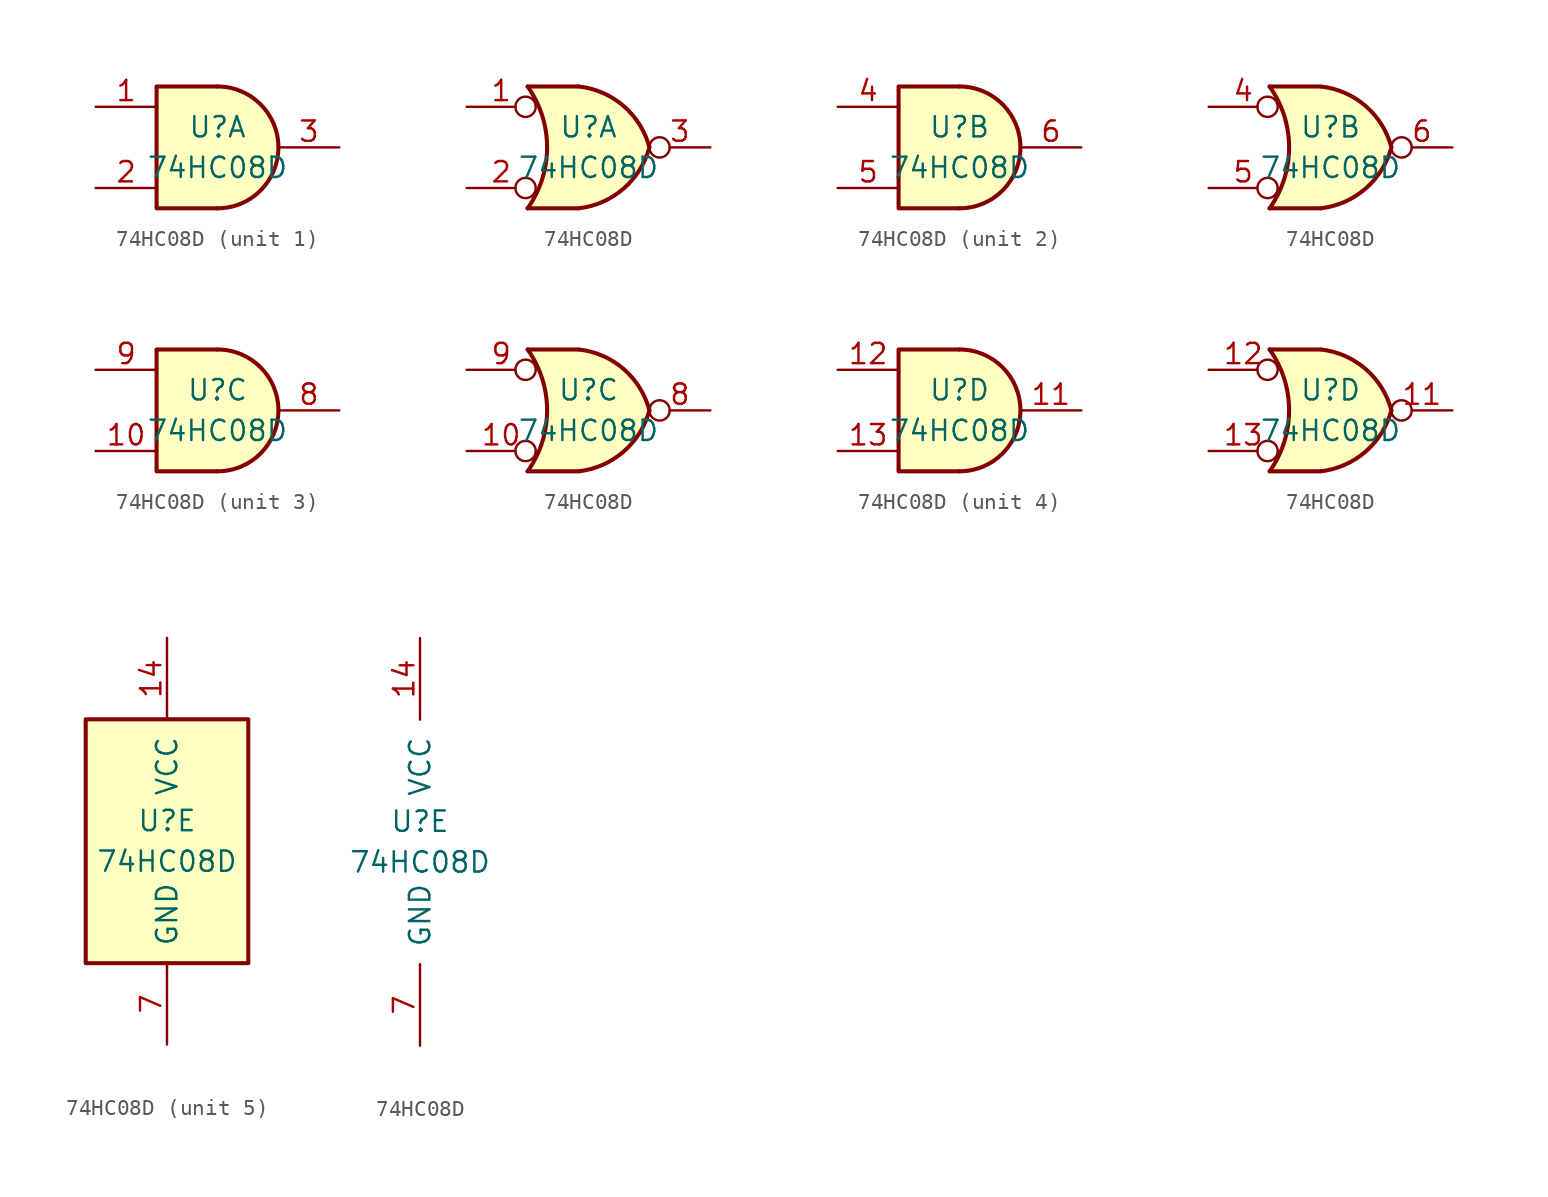
<source format=kicad_sym>
(kicad_symbol_lib
  (version 20220914)
  (generator kicad_db_lib)
  (symbol "74HC08D"
    (pin_names
      (offset 1.016))
    (property "Reference" "U"
      (at 0 1.27 0)
      (effects (font (size 1.27 1.27))))
    (property "Value" "74HC08D"
      (at 0 -1.27 0)
      (effects (font (size 1.27 1.27))))
    (property "ki_locked" ""
      (at 0 0 0)
      (effects (font (size 1.27 1.27))))
    (symbol "74HC08D_1_1"
      (arc (start 0 -3.81) (mid 3.7934 0) (end 0 3.81) (stroke (width 0.254) (type default)) (fill (type background)))
      (polyline (pts (xy 0 3.81) (xy -3.81 3.81) (xy -3.81 -3.81) (xy 0 -3.81)) (stroke (width 0.254) (type default)) (fill (type background)))
      (pin input line (at -7.62 2.54 0) (length 3.81) (name "~" (effects (font (size 1.27 1.27)))) (number "1" (effects (font (size 1.27 1.27)))))
      (pin input line (at -7.62 -2.54 0) (length 3.81) (name "~" (effects (font (size 1.27 1.27)))) (number "2" (effects (font (size 1.27 1.27)))))
      (pin output line (at 7.62 0 180) (length 3.81) (name "~" (effects (font (size 1.27 1.27)))) (number "3" (effects (font (size 1.27 1.27))))))
    (symbol "74HC08D_1_2"
      (arc (start -3.81 -3.81) (mid -2.589 0) (end -3.81 3.81) (stroke (width 0.254) (type default)) (fill (type none)))
      (arc (start -0.6096 -3.81) (mid 2.1842 -2.5851) (end 3.81 0) (stroke (width 0.254) (type default)) (fill (type background)))
      (polyline (pts (xy -3.81 -3.81) (xy -0.635 -3.81)) (stroke (width 0.254) (type default)) (fill (type background)))
      (polyline (pts (xy -3.81 3.81) (xy -0.635 3.81)) (stroke (width 0.254) (type default)) (fill (type background)))
      (polyline (pts (xy -0.635 3.81) (xy -3.81 3.81) (xy -3.81 3.81) (xy -3.556 3.404) (xy -3.023 2.261) (xy -2.692 1.041) (xy -2.616 -0.254) (xy -2.769 -1.499) (xy -3.175 -2.718) (xy -3.81 -3.81) (xy -3.81 -3.81) (xy -0.635 -3.81)) (stroke (width -25.4) (type default)) (fill (type background)))
      (arc (start 3.81 0) (mid 2.1915 2.5936) (end -0.6096 3.81) (stroke (width 0.254) (type default)) (fill (type background)))
      (pin input inverted (at -7.62 2.54 0) (length 4.318) (name "~" (effects (font (size 1.27 1.27)))) (number "1" (effects (font (size 1.27 1.27)))))
      (pin input inverted (at -7.62 -2.54 0) (length 4.318) (name "~" (effects (font (size 1.27 1.27)))) (number "2" (effects (font (size 1.27 1.27)))))
      (pin output inverted (at 7.62 0 180) (length 3.81) (name "~" (effects (font (size 1.27 1.27)))) (number "3" (effects (font (size 1.27 1.27))))))
    (symbol "74HC08D_2_1"
      (arc (start 0 -3.81) (mid 3.7934 0) (end 0 3.81) (stroke (width 0.254) (type default)) (fill (type background)))
      (polyline (pts (xy 0 3.81) (xy -3.81 3.81) (xy -3.81 -3.81) (xy 0 -3.81)) (stroke (width 0.254) (type default)) (fill (type background)))
      (pin input line (at -7.62 2.54 0) (length 3.81) (name "~" (effects (font (size 1.27 1.27)))) (number "4" (effects (font (size 1.27 1.27)))))
      (pin input line (at -7.62 -2.54 0) (length 3.81) (name "~" (effects (font (size 1.27 1.27)))) (number "5" (effects (font (size 1.27 1.27)))))
      (pin output line (at 7.62 0 180) (length 3.81) (name "~" (effects (font (size 1.27 1.27)))) (number "6" (effects (font (size 1.27 1.27))))))
    (symbol "74HC08D_2_2"
      (arc (start -3.81 -3.81) (mid -2.589 0) (end -3.81 3.81) (stroke (width 0.254) (type default)) (fill (type none)))
      (arc (start -0.6096 -3.81) (mid 2.1842 -2.5851) (end 3.81 0) (stroke (width 0.254) (type default)) (fill (type background)))
      (polyline (pts (xy -3.81 -3.81) (xy -0.635 -3.81)) (stroke (width 0.254) (type default)) (fill (type background)))
      (polyline (pts (xy -3.81 3.81) (xy -0.635 3.81)) (stroke (width 0.254) (type default)) (fill (type background)))
      (polyline (pts (xy -0.635 3.81) (xy -3.81 3.81) (xy -3.81 3.81) (xy -3.556 3.404) (xy -3.023 2.261) (xy -2.692 1.041) (xy -2.616 -0.254) (xy -2.769 -1.499) (xy -3.175 -2.718) (xy -3.81 -3.81) (xy -3.81 -3.81) (xy -0.635 -3.81)) (stroke (width -25.4) (type default)) (fill (type background)))
      (arc (start 3.81 0) (mid 2.1915 2.5936) (end -0.6096 3.81) (stroke (width 0.254) (type default)) (fill (type background)))
      (pin input inverted (at -7.62 2.54 0) (length 4.318) (name "~" (effects (font (size 1.27 1.27)))) (number "4" (effects (font (size 1.27 1.27)))))
      (pin input inverted (at -7.62 -2.54 0) (length 4.318) (name "~" (effects (font (size 1.27 1.27)))) (number "5" (effects (font (size 1.27 1.27)))))
      (pin output inverted (at 7.62 0 180) (length 3.81) (name "~" (effects (font (size 1.27 1.27)))) (number "6" (effects (font (size 1.27 1.27))))))
    (symbol "74HC08D_3_1"
      (arc (start 0 -3.81) (mid 3.7934 0) (end 0 3.81) (stroke (width 0.254) (type default)) (fill (type background)))
      (polyline (pts (xy 0 3.81) (xy -3.81 3.81) (xy -3.81 -3.81) (xy 0 -3.81)) (stroke (width 0.254) (type default)) (fill (type background)))
      (pin input line (at -7.62 -2.54 0) (length 3.81) (name "~" (effects (font (size 1.27 1.27)))) (number "10" (effects (font (size 1.27 1.27)))))
      (pin output line (at 7.62 0 180) (length 3.81) (name "~" (effects (font (size 1.27 1.27)))) (number "8" (effects (font (size 1.27 1.27)))))
      (pin input line (at -7.62 2.54 0) (length 3.81) (name "~" (effects (font (size 1.27 1.27)))) (number "9" (effects (font (size 1.27 1.27))))))
    (symbol "74HC08D_3_2"
      (arc (start -3.81 -3.81) (mid -2.589 0) (end -3.81 3.81) (stroke (width 0.254) (type default)) (fill (type none)))
      (arc (start -0.6096 -3.81) (mid 2.1842 -2.5851) (end 3.81 0) (stroke (width 0.254) (type default)) (fill (type background)))
      (polyline (pts (xy -3.81 -3.81) (xy -0.635 -3.81)) (stroke (width 0.254) (type default)) (fill (type background)))
      (polyline (pts (xy -3.81 3.81) (xy -0.635 3.81)) (stroke (width 0.254) (type default)) (fill (type background)))
      (polyline (pts (xy -0.635 3.81) (xy -3.81 3.81) (xy -3.81 3.81) (xy -3.556 3.404) (xy -3.023 2.261) (xy -2.692 1.041) (xy -2.616 -0.254) (xy -2.769 -1.499) (xy -3.175 -2.718) (xy -3.81 -3.81) (xy -3.81 -3.81) (xy -0.635 -3.81)) (stroke (width -25.4) (type default)) (fill (type background)))
      (arc (start 3.81 0) (mid 2.1915 2.5936) (end -0.6096 3.81) (stroke (width 0.254) (type default)) (fill (type background)))
      (pin input inverted (at -7.62 -2.54 0) (length 4.318) (name "~" (effects (font (size 1.27 1.27)))) (number "10" (effects (font (size 1.27 1.27)))))
      (pin output inverted (at 7.62 0 180) (length 3.81) (name "~" (effects (font (size 1.27 1.27)))) (number "8" (effects (font (size 1.27 1.27)))))
      (pin input inverted (at -7.62 2.54 0) (length 4.318) (name "~" (effects (font (size 1.27 1.27)))) (number "9" (effects (font (size 1.27 1.27))))))
    (symbol "74HC08D_4_1"
      (arc (start 0 -3.81) (mid 3.7934 0) (end 0 3.81) (stroke (width 0.254) (type default)) (fill (type background)))
      (polyline (pts (xy 0 3.81) (xy -3.81 3.81) (xy -3.81 -3.81) (xy 0 -3.81)) (stroke (width 0.254) (type default)) (fill (type background)))
      (pin output line (at 7.62 0 180) (length 3.81) (name "~" (effects (font (size 1.27 1.27)))) (number "11" (effects (font (size 1.27 1.27)))))
      (pin input line (at -7.62 2.54 0) (length 3.81) (name "~" (effects (font (size 1.27 1.27)))) (number "12" (effects (font (size 1.27 1.27)))))
      (pin input line (at -7.62 -2.54 0) (length 3.81) (name "~" (effects (font (size 1.27 1.27)))) (number "13" (effects (font (size 1.27 1.27))))))
    (symbol "74HC08D_4_2"
      (arc (start -3.81 -3.81) (mid -2.589 0) (end -3.81 3.81) (stroke (width 0.254) (type default)) (fill (type none)))
      (arc (start -0.6096 -3.81) (mid 2.1842 -2.5851) (end 3.81 0) (stroke (width 0.254) (type default)) (fill (type background)))
      (polyline (pts (xy -3.81 -3.81) (xy -0.635 -3.81)) (stroke (width 0.254) (type default)) (fill (type background)))
      (polyline (pts (xy -3.81 3.81) (xy -0.635 3.81)) (stroke (width 0.254) (type default)) (fill (type background)))
      (polyline (pts (xy -0.635 3.81) (xy -3.81 3.81) (xy -3.81 3.81) (xy -3.556 3.404) (xy -3.023 2.261) (xy -2.692 1.041) (xy -2.616 -0.254) (xy -2.769 -1.499) (xy -3.175 -2.718) (xy -3.81 -3.81) (xy -3.81 -3.81) (xy -0.635 -3.81)) (stroke (width -25.4) (type default)) (fill (type background)))
      (arc (start 3.81 0) (mid 2.1915 2.5936) (end -0.6096 3.81) (stroke (width 0.254) (type default)) (fill (type background)))
      (pin output inverted (at 7.62 0 180) (length 3.81) (name "~" (effects (font (size 1.27 1.27)))) (number "11" (effects (font (size 1.27 1.27)))))
      (pin input inverted (at -7.62 2.54 0) (length 4.318) (name "~" (effects (font (size 1.27 1.27)))) (number "12" (effects (font (size 1.27 1.27)))))
      (pin input inverted (at -7.62 -2.54 0) (length 4.318) (name "~" (effects (font (size 1.27 1.27)))) (number "13" (effects (font (size 1.27 1.27))))))
    (symbol "74HC08D_5_0"
      (pin power_in line (at 0 12.7 270) (length 5.08) (name "VCC" (effects (font (size 1.27 1.27)))) (number "14" (effects (font (size 1.27 1.27)))))
      (pin power_in line (at 0 -12.7 90) (length 5.08) (name "GND" (effects (font (size 1.27 1.27)))) (number "7" (effects (font (size 1.27 1.27))))))
    (symbol "74HC08D_5_1"
      (rectangle (start -5.08 7.62) (end 5.08 -7.62) (stroke (width 0.254) (type default)) (fill (type background))))))
</source>
